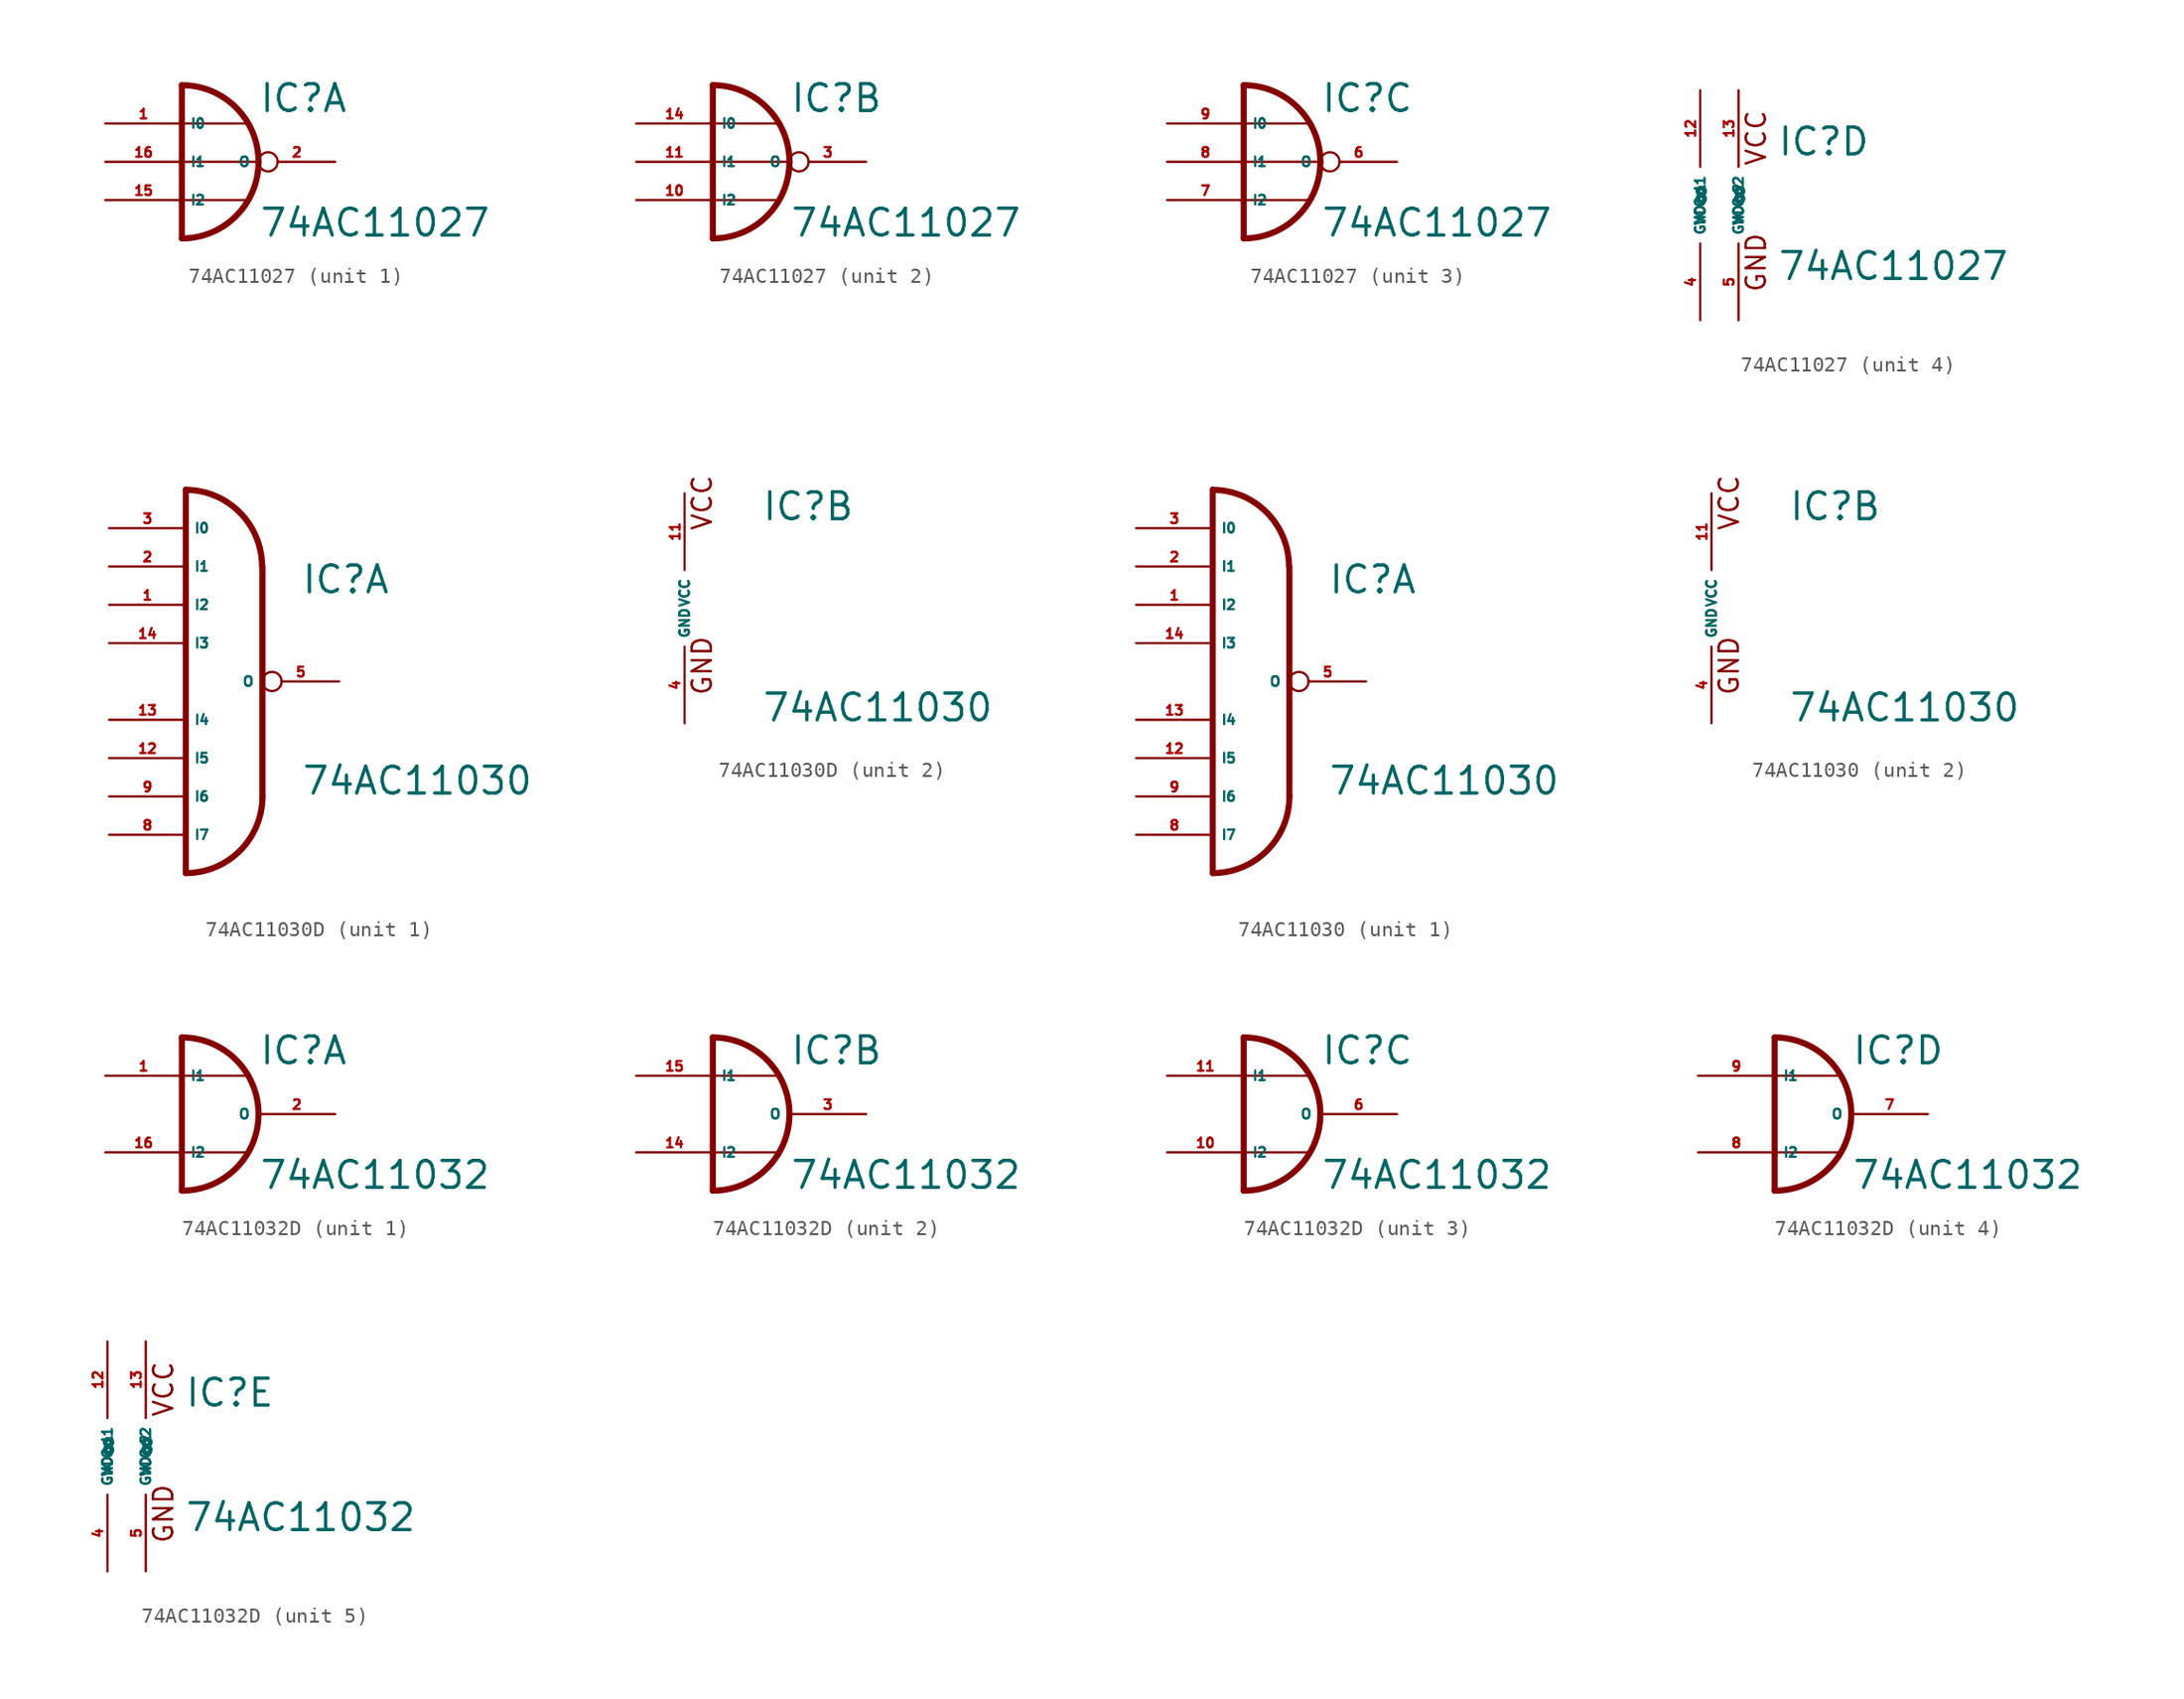
<source format=kicad_sym>
(kicad_symbol_lib
  (version 20220914)
  (generator Eagle2Kicad)
  (symbol "74AC11027"
    (property "Reference" "IC"
      (at 2.54 3.175 0)
      (effects (font (size 1.778 1.778) (thickness 0.22)) (justify left bottom)))
    (property "Value" "74AC11027"
      (at 2.54 -5.08 0)
      (effects (font (size 1.778 1.778) (thickness 0.22)) (justify left bottom)))
    (symbol "74AC11027_1_0"
      (arc (start 2.54 0) (mid 1.052 3.592) (end -2.54 5.08) (stroke (width 0.4064) (type default)) (fill (type none)))
      (arc (start -2.54 -5.08) (mid 1.052 -3.592) (end 2.54 0) (stroke (width 0.4064) (type default)) (fill (type none)))
      (polyline (pts (xy -2.54 2.54) (xy 1.905 2.54)) (stroke (width 0.152) (type default)) (fill (type none)))
      (polyline (pts (xy -2.54 -2.54) (xy 1.905 -2.54)) (stroke (width 0.152) (type default)) (fill (type none)))
      (polyline (pts (xy -2.54 0) (xy 2.54 0)) (stroke (width 0.152) (type default)) (fill (type none)))
      (polyline (pts (xy 2.54 -0.635) (xy 2.54 0)) (stroke (width 0.152) (type default)) (fill (type none)))
      (polyline (pts (xy -2.54 5.08) (xy -2.54 -5.08)) (stroke (width 0.406) (type default)) (fill (type none)))
      (pin input line (at -7.62 2.54 0) (length 5.08) (name "I0" (effects (font (size 0.635 0.635) (thickness 0.08)) (justify left bottom))) (number "1" (effects (font (size 0.635 0.635) (thickness 0.08)) (justify left bottom))))
      (pin output inverted (at 7.62 0 180) (length 5.08) (name "O" (effects (font (size 0.635 0.635) (thickness 0.08)) (justify left bottom))) (number "2" (effects (font (size 0.635 0.635) (thickness 0.08)) (justify left bottom))))
      (pin input line (at -7.62 -2.54 0) (length 5.08) (name "I2" (effects (font (size 0.635 0.635) (thickness 0.08)) (justify left bottom))) (number "15" (effects (font (size 0.635 0.635) (thickness 0.08)) (justify left bottom))))
      (pin input line (at -7.62 0 0) (length 5.08) (name "I1" (effects (font (size 0.635 0.635) (thickness 0.08)) (justify left bottom))) (number "16" (effects (font (size 0.635 0.635) (thickness 0.08)) (justify left bottom)))))
    (symbol "74AC11027_2_0"
      (arc (start 2.54 0) (mid 1.052 3.592) (end -2.54 5.08) (stroke (width 0.4064) (type default)) (fill (type none)))
      (arc (start -2.54 -5.08) (mid 1.052 -3.592) (end 2.54 0) (stroke (width 0.4064) (type default)) (fill (type none)))
      (polyline (pts (xy -2.54 2.54) (xy 1.905 2.54)) (stroke (width 0.152) (type default)) (fill (type none)))
      (polyline (pts (xy -2.54 -2.54) (xy 1.905 -2.54)) (stroke (width 0.152) (type default)) (fill (type none)))
      (polyline (pts (xy -2.54 0) (xy 2.54 0)) (stroke (width 0.152) (type default)) (fill (type none)))
      (polyline (pts (xy 2.54 -0.635) (xy 2.54 0)) (stroke (width 0.152) (type default)) (fill (type none)))
      (polyline (pts (xy -2.54 5.08) (xy -2.54 -5.08)) (stroke (width 0.406) (type default)) (fill (type none)))
      (pin input line (at -7.62 2.54 0) (length 5.08) (name "I0" (effects (font (size 0.635 0.635) (thickness 0.08)) (justify left bottom))) (number "14" (effects (font (size 0.635 0.635) (thickness 0.08)) (justify left bottom))))
      (pin output inverted (at 7.62 0 180) (length 5.08) (name "O" (effects (font (size 0.635 0.635) (thickness 0.08)) (justify left bottom))) (number "3" (effects (font (size 0.635 0.635) (thickness 0.08)) (justify left bottom))))
      (pin input line (at -7.62 -2.54 0) (length 5.08) (name "I2" (effects (font (size 0.635 0.635) (thickness 0.08)) (justify left bottom))) (number "10" (effects (font (size 0.635 0.635) (thickness 0.08)) (justify left bottom))))
      (pin input line (at -7.62 0 0) (length 5.08) (name "I1" (effects (font (size 0.635 0.635) (thickness 0.08)) (justify left bottom))) (number "11" (effects (font (size 0.635 0.635) (thickness 0.08)) (justify left bottom)))))
    (symbol "74AC11027_3_0"
      (arc (start 2.54 0) (mid 1.052 3.592) (end -2.54 5.08) (stroke (width 0.4064) (type default)) (fill (type none)))
      (arc (start -2.54 -5.08) (mid 1.052 -3.592) (end 2.54 0) (stroke (width 0.4064) (type default)) (fill (type none)))
      (polyline (pts (xy -2.54 2.54) (xy 1.905 2.54)) (stroke (width 0.152) (type default)) (fill (type none)))
      (polyline (pts (xy -2.54 -2.54) (xy 1.905 -2.54)) (stroke (width 0.152) (type default)) (fill (type none)))
      (polyline (pts (xy -2.54 0) (xy 2.54 0)) (stroke (width 0.152) (type default)) (fill (type none)))
      (polyline (pts (xy 2.54 -0.635) (xy 2.54 0)) (stroke (width 0.152) (type default)) (fill (type none)))
      (polyline (pts (xy -2.54 5.08) (xy -2.54 -5.08)) (stroke (width 0.406) (type default)) (fill (type none)))
      (pin input line (at -7.62 2.54 0) (length 5.08) (name "I0" (effects (font (size 0.635 0.635) (thickness 0.08)) (justify left bottom))) (number "9" (effects (font (size 0.635 0.635) (thickness 0.08)) (justify left bottom))))
      (pin output inverted (at 7.62 0 180) (length 5.08) (name "O" (effects (font (size 0.635 0.635) (thickness 0.08)) (justify left bottom))) (number "6" (effects (font (size 0.635 0.635) (thickness 0.08)) (justify left bottom))))
      (pin input line (at -7.62 -2.54 0) (length 5.08) (name "I2" (effects (font (size 0.635 0.635) (thickness 0.08)) (justify left bottom))) (number "7" (effects (font (size 0.635 0.635) (thickness 0.08)) (justify left bottom))))
      (pin input line (at -7.62 0 0) (length 5.08) (name "I1" (effects (font (size 0.635 0.635) (thickness 0.08)) (justify left bottom))) (number "8" (effects (font (size 0.635 0.635) (thickness 0.08)) (justify left bottom)))))
    (symbol "74AC11027_4_0"
      (text "VCC" (at 1.905 2.54 900) (effects (font (size 1.27 1.27) (thickness 0.16)) (justify left bottom)))
      (text "GND" (at 1.905 -5.842 900) (effects (font (size 1.27 1.27) (thickness 0.16)) (justify left bottom)))
      (pin unspecified line (at -2.54 -7.62 90) (length 5.08) (name "GND@1" (effects (font (size 0.635 0.635) (thickness 0.08)) (justify left bottom))) (number "4" (effects (font (size 0.635 0.635) (thickness 0.08)) (justify left bottom))))
      (pin unspecified line (at 0 -7.62 90) (length 5.08) (name "GND@2" (effects (font (size 0.635 0.635) (thickness 0.08)) (justify left bottom))) (number "5" (effects (font (size 0.635 0.635) (thickness 0.08)) (justify left bottom))))
      (pin unspecified line (at -2.54 7.62 270) (length 5.08) (name "VCC@1" (effects (font (size 0.635 0.635) (thickness 0.08)) (justify left bottom))) (number "12" (effects (font (size 0.635 0.635) (thickness 0.08)) (justify left bottom))))
      (pin unspecified line (at 0 7.62 270) (length 5.08) (name "VCC@2" (effects (font (size 0.635 0.635) (thickness 0.08)) (justify left bottom))) (number "13" (effects (font (size 0.635 0.635) (thickness 0.08)) (justify left bottom))))))
  (symbol "74AC11030D"
    (property "Reference" "IC"
      (at 5.08 5.715 0)
      (effects (font (size 1.778 1.778) (thickness 0.22)) (justify left bottom)))
    (property "Value" "74AC11030"
      (at 5.08 -7.62 0)
      (effects (font (size 1.778 1.778) (thickness 0.22)) (justify left bottom)))
    (symbol "74AC11030D_1_0"
      (polyline (pts (xy -2.54 12.7) (xy -2.54 -12.7)) (stroke (width 0.406) (type default)) (fill (type none)))
      (arc (start 2.5148 7.62) (mid 1.036 11.203) (end -2.54 12.7) (stroke (width 0.4064) (type default)) (fill (type none)))
      (arc (start -2.54 -12.7) (mid 1.052 -11.212) (end 2.54 -7.62) (stroke (width 0.4064) (type default)) (fill (type none)))
      (polyline (pts (xy 2.54 7.62) (xy 2.54 -7.62)) (stroke (width 0.406) (type default)) (fill (type none)))
      (pin input line (at -7.62 5.08 0) (length 5.08) (name "I2" (effects (font (size 0.635 0.635) (thickness 0.08)) (justify left bottom))) (number "1" (effects (font (size 0.635 0.635) (thickness 0.08)) (justify left bottom))))
      (pin input line (at -7.62 7.62 0) (length 5.08) (name "I1" (effects (font (size 0.635 0.635) (thickness 0.08)) (justify left bottom))) (number "2" (effects (font (size 0.635 0.635) (thickness 0.08)) (justify left bottom))))
      (pin input line (at -7.62 10.16 0) (length 5.08) (name "I0" (effects (font (size 0.635 0.635) (thickness 0.08)) (justify left bottom))) (number "3" (effects (font (size 0.635 0.635) (thickness 0.08)) (justify left bottom))))
      (pin output inverted (at 7.62 0 180) (length 5.08) (name "O" (effects (font (size 0.635 0.635) (thickness 0.08)) (justify left bottom))) (number "5" (effects (font (size 0.635 0.635) (thickness 0.08)) (justify left bottom))))
      (pin input line (at -7.62 -10.16 0) (length 5.08) (name "I7" (effects (font (size 0.635 0.635) (thickness 0.08)) (justify left bottom))) (number "8" (effects (font (size 0.635 0.635) (thickness 0.08)) (justify left bottom))))
      (pin input line (at -7.62 -7.62 0) (length 5.08) (name "I6" (effects (font (size 0.635 0.635) (thickness 0.08)) (justify left bottom))) (number "9" (effects (font (size 0.635 0.635) (thickness 0.08)) (justify left bottom))))
      (pin input line (at -7.62 -5.08 0) (length 5.08) (name "I5" (effects (font (size 0.635 0.635) (thickness 0.08)) (justify left bottom))) (number "12" (effects (font (size 0.635 0.635) (thickness 0.08)) (justify left bottom))))
      (pin input line (at -7.62 -2.54 0) (length 5.08) (name "I4" (effects (font (size 0.635 0.635) (thickness 0.08)) (justify left bottom))) (number "13" (effects (font (size 0.635 0.635) (thickness 0.08)) (justify left bottom))))
      (pin input line (at -7.62 2.54 0) (length 5.08) (name "I3" (effects (font (size 0.635 0.635) (thickness 0.08)) (justify left bottom))) (number "14" (effects (font (size 0.635 0.635) (thickness 0.08)) (justify left bottom)))))
    (symbol "74AC11030D_2_0"
      (text "GND" (at 1.905 -5.842 900) (effects (font (size 1.27 1.27) (thickness 0.16)) (justify left bottom)))
      (text "VCC" (at 1.905 5.08 900) (effects (font (size 1.27 1.27) (thickness 0.16)) (justify left bottom)))
      (pin unspecified line (at 0 -7.62 90) (length 5.08) (name "GND" (effects (font (size 0.635 0.635) (thickness 0.08)) (justify left bottom))) (number "4" (effects (font (size 0.635 0.635) (thickness 0.08)) (justify left bottom))))
      (pin unspecified line (at 0 7.62 270) (length 5.08) (name "VCC" (effects (font (size 0.635 0.635) (thickness 0.08)) (justify left bottom))) (number "11" (effects (font (size 0.635 0.635) (thickness 0.08)) (justify left bottom))))))
  (symbol "74AC11030"
    (property "Reference" "IC"
      (at 5.08 5.715 0)
      (effects (font (size 1.778 1.778) (thickness 0.22)) (justify left bottom)))
    (property "Value" "74AC11030"
      (at 5.08 -7.62 0)
      (effects (font (size 1.778 1.778) (thickness 0.22)) (justify left bottom)))
    (symbol "74AC11030_1_0"
      (polyline (pts (xy -2.54 12.7) (xy -2.54 -12.7)) (stroke (width 0.406) (type default)) (fill (type none)))
      (arc (start 2.5148 7.62) (mid 1.036 11.203) (end -2.54 12.7) (stroke (width 0.4064) (type default)) (fill (type none)))
      (arc (start -2.54 -12.7) (mid 1.052 -11.212) (end 2.54 -7.62) (stroke (width 0.4064) (type default)) (fill (type none)))
      (polyline (pts (xy 2.54 7.62) (xy 2.54 -7.62)) (stroke (width 0.406) (type default)) (fill (type none)))
      (pin input line (at -7.62 5.08 0) (length 5.08) (name "I2" (effects (font (size 0.635 0.635) (thickness 0.08)) (justify left bottom))) (number "1" (effects (font (size 0.635 0.635) (thickness 0.08)) (justify left bottom))))
      (pin input line (at -7.62 7.62 0) (length 5.08) (name "I1" (effects (font (size 0.635 0.635) (thickness 0.08)) (justify left bottom))) (number "2" (effects (font (size 0.635 0.635) (thickness 0.08)) (justify left bottom))))
      (pin input line (at -7.62 10.16 0) (length 5.08) (name "I0" (effects (font (size 0.635 0.635) (thickness 0.08)) (justify left bottom))) (number "3" (effects (font (size 0.635 0.635) (thickness 0.08)) (justify left bottom))))
      (pin output inverted (at 7.62 0 180) (length 5.08) (name "O" (effects (font (size 0.635 0.635) (thickness 0.08)) (justify left bottom))) (number "5" (effects (font (size 0.635 0.635) (thickness 0.08)) (justify left bottom))))
      (pin input line (at -7.62 -10.16 0) (length 5.08) (name "I7" (effects (font (size 0.635 0.635) (thickness 0.08)) (justify left bottom))) (number "8" (effects (font (size 0.635 0.635) (thickness 0.08)) (justify left bottom))))
      (pin input line (at -7.62 -7.62 0) (length 5.08) (name "I6" (effects (font (size 0.635 0.635) (thickness 0.08)) (justify left bottom))) (number "9" (effects (font (size 0.635 0.635) (thickness 0.08)) (justify left bottom))))
      (pin input line (at -7.62 -5.08 0) (length 5.08) (name "I5" (effects (font (size 0.635 0.635) (thickness 0.08)) (justify left bottom))) (number "12" (effects (font (size 0.635 0.635) (thickness 0.08)) (justify left bottom))))
      (pin input line (at -7.62 -2.54 0) (length 5.08) (name "I4" (effects (font (size 0.635 0.635) (thickness 0.08)) (justify left bottom))) (number "13" (effects (font (size 0.635 0.635) (thickness 0.08)) (justify left bottom))))
      (pin input line (at -7.62 2.54 0) (length 5.08) (name "I3" (effects (font (size 0.635 0.635) (thickness 0.08)) (justify left bottom))) (number "14" (effects (font (size 0.635 0.635) (thickness 0.08)) (justify left bottom)))))
    (symbol "74AC11030_2_0"
      (text "GND" (at 1.905 -5.842 900) (effects (font (size 1.27 1.27) (thickness 0.16)) (justify left bottom)))
      (text "VCC" (at 1.905 5.08 900) (effects (font (size 1.27 1.27) (thickness 0.16)) (justify left bottom)))
      (pin unspecified line (at 0 -7.62 90) (length 5.08) (name "GND" (effects (font (size 0.635 0.635) (thickness 0.08)) (justify left bottom))) (number "4" (effects (font (size 0.635 0.635) (thickness 0.08)) (justify left bottom))))
      (pin unspecified line (at 0 7.62 270) (length 5.08) (name "VCC" (effects (font (size 0.635 0.635) (thickness 0.08)) (justify left bottom))) (number "11" (effects (font (size 0.635 0.635) (thickness 0.08)) (justify left bottom))))))
  (symbol "74AC11032D"
    (property "Reference" "IC"
      (at 2.54 3.175 0)
      (effects (font (size 1.778 1.778) (thickness 0.22)) (justify left bottom)))
    (property "Value" "74AC11032"
      (at 2.54 -5.08 0)
      (effects (font (size 1.778 1.778) (thickness 0.22)) (justify left bottom)))
    (symbol "74AC11032D_1_0"
      (arc (start -2.54 -5.08) (mid 2.540 0.000) (end -2.54 5.08) (stroke (width 0.4064) (type default)) (fill (type none)))
      (polyline (pts (xy -2.54 5.08) (xy -2.54 2.54)) (stroke (width 0.406) (type default)) (fill (type none)))
      (polyline (pts (xy -2.54 2.54) (xy 1.905 2.54)) (stroke (width 0.152) (type default)) (fill (type none)))
      (polyline (pts (xy -2.54 2.54) (xy -2.54 -2.54)) (stroke (width 0.406) (type default)) (fill (type none)))
      (polyline (pts (xy -2.54 -2.54) (xy 1.905 -2.54)) (stroke (width 0.152) (type default)) (fill (type none)))
      (polyline (pts (xy -2.54 -2.54) (xy -2.54 -5.08)) (stroke (width 0.406) (type default)) (fill (type none)))
      (pin input line (at -7.62 2.54 0) (length 5.08) (name "I1" (effects (font (size 0.635 0.635) (thickness 0.08)) (justify left bottom))) (number "1" (effects (font (size 0.635 0.635) (thickness 0.08)) (justify left bottom))))
      (pin output line (at 7.62 0 180) (length 5.08) (name "O" (effects (font (size 0.635 0.635) (thickness 0.08)) (justify left bottom))) (number "2" (effects (font (size 0.635 0.635) (thickness 0.08)) (justify left bottom))))
      (pin input line (at -7.62 -2.54 0) (length 5.08) (name "I2" (effects (font (size 0.635 0.635) (thickness 0.08)) (justify left bottom))) (number "16" (effects (font (size 0.635 0.635) (thickness 0.08)) (justify left bottom)))))
    (symbol "74AC11032D_2_0"
      (arc (start -2.54 -5.08) (mid 2.540 0.000) (end -2.54 5.08) (stroke (width 0.4064) (type default)) (fill (type none)))
      (polyline (pts (xy -2.54 5.08) (xy -2.54 2.54)) (stroke (width 0.406) (type default)) (fill (type none)))
      (polyline (pts (xy -2.54 2.54) (xy 1.905 2.54)) (stroke (width 0.152) (type default)) (fill (type none)))
      (polyline (pts (xy -2.54 2.54) (xy -2.54 -2.54)) (stroke (width 0.406) (type default)) (fill (type none)))
      (polyline (pts (xy -2.54 -2.54) (xy 1.905 -2.54)) (stroke (width 0.152) (type default)) (fill (type none)))
      (polyline (pts (xy -2.54 -2.54) (xy -2.54 -5.08)) (stroke (width 0.406) (type default)) (fill (type none)))
      (pin input line (at -7.62 2.54 0) (length 5.08) (name "I1" (effects (font (size 0.635 0.635) (thickness 0.08)) (justify left bottom))) (number "15" (effects (font (size 0.635 0.635) (thickness 0.08)) (justify left bottom))))
      (pin output line (at 7.62 0 180) (length 5.08) (name "O" (effects (font (size 0.635 0.635) (thickness 0.08)) (justify left bottom))) (number "3" (effects (font (size 0.635 0.635) (thickness 0.08)) (justify left bottom))))
      (pin input line (at -7.62 -2.54 0) (length 5.08) (name "I2" (effects (font (size 0.635 0.635) (thickness 0.08)) (justify left bottom))) (number "14" (effects (font (size 0.635 0.635) (thickness 0.08)) (justify left bottom)))))
    (symbol "74AC11032D_3_0"
      (arc (start -2.54 -5.08) (mid 2.540 0.000) (end -2.54 5.08) (stroke (width 0.4064) (type default)) (fill (type none)))
      (polyline (pts (xy -2.54 5.08) (xy -2.54 2.54)) (stroke (width 0.406) (type default)) (fill (type none)))
      (polyline (pts (xy -2.54 2.54) (xy 1.905 2.54)) (stroke (width 0.152) (type default)) (fill (type none)))
      (polyline (pts (xy -2.54 2.54) (xy -2.54 -2.54)) (stroke (width 0.406) (type default)) (fill (type none)))
      (polyline (pts (xy -2.54 -2.54) (xy 1.905 -2.54)) (stroke (width 0.152) (type default)) (fill (type none)))
      (polyline (pts (xy -2.54 -2.54) (xy -2.54 -5.08)) (stroke (width 0.406) (type default)) (fill (type none)))
      (pin input line (at -7.62 2.54 0) (length 5.08) (name "I1" (effects (font (size 0.635 0.635) (thickness 0.08)) (justify left bottom))) (number "11" (effects (font (size 0.635 0.635) (thickness 0.08)) (justify left bottom))))
      (pin output line (at 7.62 0 180) (length 5.08) (name "O" (effects (font (size 0.635 0.635) (thickness 0.08)) (justify left bottom))) (number "6" (effects (font (size 0.635 0.635) (thickness 0.08)) (justify left bottom))))
      (pin input line (at -7.62 -2.54 0) (length 5.08) (name "I2" (effects (font (size 0.635 0.635) (thickness 0.08)) (justify left bottom))) (number "10" (effects (font (size 0.635 0.635) (thickness 0.08)) (justify left bottom)))))
    (symbol "74AC11032D_4_0"
      (arc (start -2.54 -5.08) (mid 2.540 0.000) (end -2.54 5.08) (stroke (width 0.4064) (type default)) (fill (type none)))
      (polyline (pts (xy -2.54 5.08) (xy -2.54 2.54)) (stroke (width 0.406) (type default)) (fill (type none)))
      (polyline (pts (xy -2.54 2.54) (xy 1.905 2.54)) (stroke (width 0.152) (type default)) (fill (type none)))
      (polyline (pts (xy -2.54 2.54) (xy -2.54 -2.54)) (stroke (width 0.406) (type default)) (fill (type none)))
      (polyline (pts (xy -2.54 -2.54) (xy 1.905 -2.54)) (stroke (width 0.152) (type default)) (fill (type none)))
      (polyline (pts (xy -2.54 -2.54) (xy -2.54 -5.08)) (stroke (width 0.406) (type default)) (fill (type none)))
      (pin input line (at -7.62 2.54 0) (length 5.08) (name "I1" (effects (font (size 0.635 0.635) (thickness 0.08)) (justify left bottom))) (number "9" (effects (font (size 0.635 0.635) (thickness 0.08)) (justify left bottom))))
      (pin output line (at 7.62 0 180) (length 5.08) (name "O" (effects (font (size 0.635 0.635) (thickness 0.08)) (justify left bottom))) (number "7" (effects (font (size 0.635 0.635) (thickness 0.08)) (justify left bottom))))
      (pin input line (at -7.62 -2.54 0) (length 5.08) (name "I2" (effects (font (size 0.635 0.635) (thickness 0.08)) (justify left bottom))) (number "8" (effects (font (size 0.635 0.635) (thickness 0.08)) (justify left bottom)))))
    (symbol "74AC11032D_5_0"
      (text "VCC" (at 1.905 2.54 900) (effects (font (size 1.27 1.27) (thickness 0.16)) (justify left bottom)))
      (text "GND" (at 1.905 -5.842 900) (effects (font (size 1.27 1.27) (thickness 0.16)) (justify left bottom)))
      (pin unspecified line (at -2.54 -7.62 90) (length 5.08) (name "GND@1" (effects (font (size 0.635 0.635) (thickness 0.08)) (justify left bottom))) (number "4" (effects (font (size 0.635 0.635) (thickness 0.08)) (justify left bottom))))
      (pin unspecified line (at 0 -7.62 90) (length 5.08) (name "GND@2" (effects (font (size 0.635 0.635) (thickness 0.08)) (justify left bottom))) (number "5" (effects (font (size 0.635 0.635) (thickness 0.08)) (justify left bottom))))
      (pin unspecified line (at -2.54 7.62 270) (length 5.08) (name "VCC@1" (effects (font (size 0.635 0.635) (thickness 0.08)) (justify left bottom))) (number "12" (effects (font (size 0.635 0.635) (thickness 0.08)) (justify left bottom))))
      (pin unspecified line (at 0 7.62 270) (length 5.08) (name "VCC@2" (effects (font (size 0.635 0.635) (thickness 0.08)) (justify left bottom))) (number "13" (effects (font (size 0.635 0.635) (thickness 0.08)) (justify left bottom)))))))
</source>
